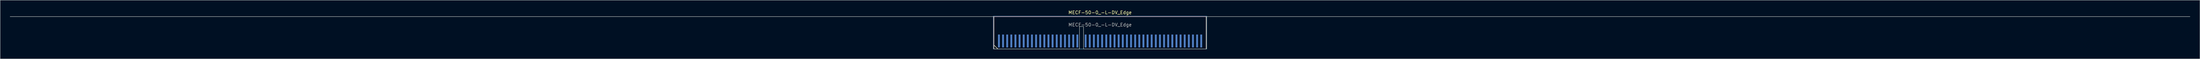
<source format=kicad_pcb>
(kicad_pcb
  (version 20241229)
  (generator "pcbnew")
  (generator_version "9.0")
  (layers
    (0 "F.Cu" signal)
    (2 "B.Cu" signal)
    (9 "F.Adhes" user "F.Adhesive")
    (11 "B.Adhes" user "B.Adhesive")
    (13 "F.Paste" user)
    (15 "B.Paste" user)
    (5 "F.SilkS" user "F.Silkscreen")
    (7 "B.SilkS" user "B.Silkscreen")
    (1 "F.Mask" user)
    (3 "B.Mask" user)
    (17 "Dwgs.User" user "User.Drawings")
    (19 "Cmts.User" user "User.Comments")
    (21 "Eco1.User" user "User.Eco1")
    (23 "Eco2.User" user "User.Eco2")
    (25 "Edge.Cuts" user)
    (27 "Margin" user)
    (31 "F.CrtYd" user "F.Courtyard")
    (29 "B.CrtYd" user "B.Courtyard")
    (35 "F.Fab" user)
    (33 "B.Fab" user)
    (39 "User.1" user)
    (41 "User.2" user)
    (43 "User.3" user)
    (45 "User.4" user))
  (footprint "MECF-50-0_-L-DV_Edge"
    (layer "F.Cu")
    (at 335.34 7.198)
    (property "Reference" "MECF-50-0_-L-DV_Edge" (at 0 -6.35 0) (layer "F.SilkS") (effects (font (size 1 1) (thickness 0.15))))
    (attr exclude_from_pos_files exclude_from_bom)
    (fp_line (start -32.73 -5.11) (end 32.73 -5.11) (stroke (width 0.12) (type solid)) (layer "F.SilkS"))
    (fp_line (start -32.73 3.73) (end -32.73 -5.11) (stroke (width 0.12) (type solid)) (layer "F.SilkS"))
    (fp_line (start -31.46 5) (end -32.73 3.73) (stroke (width 0.12) (type solid)) (layer "F.SilkS"))
    (fp_line (start -31.46 5) (end 32.73 5) (stroke (width 0.12) (type solid)) (layer "F.SilkS"))
    (fp_line (start 32.73 5) (end 32.73 -5.11) (stroke (width 0.12) (type solid)) (layer "F.SilkS"))
    (fp_line (start -32.73 -5.11) (end 32.73 -5.11) (stroke (width 0.12) (type solid)) (layer "B.SilkS"))
    (fp_line (start -32.73 5) (end -32.73 -5.11) (stroke (width 0.12) (type solid)) (layer "B.SilkS"))
    (fp_line (start -32.73 5) (end 32.73 5) (stroke (width 0.12) (type solid)) (layer "B.SilkS"))
    (fp_line (start 32.73 5) (end 32.73 -5.11) (stroke (width 0.12) (type solid)) (layer "B.SilkS"))
    (fp_line (start -335.28 -5.08) (end -32.625 -5.08) (stroke (width 0.12) (type solid)) (layer "Edge.Cuts"))
    (fp_line (start -32.625 5) (end -32.625 -5.08) (stroke (width 0.12) (type solid)) (layer "Edge.Cuts"))
    (fp_line (start -32.625 5) (end -6.325 5) (stroke (width 0.12) (type solid)) (layer "Edge.Cuts"))
    (fp_line (start -6.325 -2) (end -5.085 -2) (stroke (width 0.12) (type solid)) (layer "Edge.Cuts"))
    (fp_line (start -6.325 5) (end -6.325 -2) (stroke (width 0.12) (type solid)) (layer "Edge.Cuts"))
    (fp_line (start -5.085 5) (end -5.085 -2) (stroke (width 0.12) (type solid)) (layer "Edge.Cuts"))
    (fp_line (start -5.085 5) (end 32.625 5) (stroke (width 0.12) (type solid)) (layer "Edge.Cuts"))
    (fp_line (start 32.625 5) (end 32.625 -5.08) (stroke (width 0.12) (type solid)) (layer "Edge.Cuts"))
    (fp_line (start 335.28 -5.08) (end 32.625 -5.08) (stroke (width 0.12) (type solid)) (layer "Edge.Cuts"))
    (fp_line (start -32.88 -5.25) (end -32.88 5) (stroke (width 0.05) (type solid)) (layer "B.CrtYd"))
    (fp_line (start -32.88 5) (end 32.88 5) (stroke (width 0.05) (type solid)) (layer "B.CrtYd"))
    (fp_line (start 32.88 -5.25) (end -32.88 -5.25) (stroke (width 0.05) (type solid)) (layer "B.CrtYd"))
    (fp_line (start 32.88 5) (end 32.88 -5.25) (stroke (width 0.05) (type solid)) (layer "B.CrtYd"))
    (fp_line (start -32.88 -5.25) (end -32.88 5) (stroke (width 0.05) (type solid)) (layer "F.CrtYd"))
    (fp_line (start -32.88 5) (end 32.88 5) (stroke (width 0.05) (type solid)) (layer "F.CrtYd"))
    (fp_line (start 32.88 -5.25) (end -32.88 -5.25) (stroke (width 0.05) (type solid)) (layer "F.CrtYd"))
    (fp_line (start 32.88 5) (end 32.88 -5.25) (stroke (width 0.05) (type solid)) (layer "F.CrtYd"))
    (fp_line (start -32.625 -5) (end 32.625 -5) (stroke (width 0.1) (type solid)) (layer "B.Fab"))
    (fp_line (start -32.625 5) (end -32.625 -5) (stroke (width 0.1) (type solid)) (layer "B.Fab"))
    (fp_line (start -32.625 5) (end 32.625 5) (stroke (width 0.1) (type solid)) (layer "B.Fab"))
    (fp_line (start 32.625 5) (end 32.625 -5) (stroke (width 0.1) (type solid)) (layer "B.Fab"))
    (fp_line (start -32.625 -5) (end 32.625 -5) (stroke (width 0.1) (type solid)) (layer "F.Fab"))
    (fp_line (start -32.625 3.73) (end -32.625 -5) (stroke (width 0.1) (type solid)) (layer "F.Fab"))
    (fp_line (start -32.625 3.73) (end -31.355 5) (stroke (width 0.1) (type solid)) (layer "F.Fab"))
    (fp_line (start -31.355 5) (end 32.625 5) (stroke (width 0.1) (type solid)) (layer "F.Fab"))
    (fp_line (start 32.625 5) (end 32.625 -5) (stroke (width 0.1) (type solid)) (layer "F.Fab"))
    (fp_text user "${REFERENCE}" (at 0 -2.54 0) (layer "F.Fab") (effects (font (size 1 1) (thickness 0.15))))
    (pad "1" smd rect (at -31.105 2.5) (size 0.56 4) (layers "F.Cu" "F.Mask" "F.Paste"))
    (pad "2" smd rect (at -31.105 2.5) (size 0.56 4) (layers "B.Cu" "B.Mask" "B.Paste"))
    (pad "3" smd rect (at -29.835 2.5) (size 0.56 4) (layers "F.Cu" "F.Mask" "F.Paste"))
    (pad "4" smd rect (at -29.835 2.5) (size 0.56 4) (layers "B.Cu" "B.Mask" "B.Paste"))
    (pad "5" smd rect (at -28.565 2.5) (size 0.56 4) (layers "F.Cu" "F.Mask" "F.Paste"))
    (pad "6" smd rect (at -28.565 2.5) (size 0.56 4) (layers "B.Cu" "B.Mask" "B.Paste"))
    (pad "7" smd rect (at -27.295 2.5) (size 0.56 4) (layers "F.Cu" "F.Mask" "F.Paste"))
    (pad "8" smd rect (at -27.295 2.5) (size 0.56 4) (layers "B.Cu" "B.Mask" "B.Paste"))
    (pad "9" smd rect (at -26.025 2.5) (size 0.56 4) (layers "F.Cu" "F.Mask" "F.Paste"))
    (pad "10" smd rect (at -26.025 2.5) (size 0.56 4) (layers "B.Cu" "B.Mask" "B.Paste"))
    (pad "11" smd rect (at -24.755 2.5) (size 0.56 4) (layers "F.Cu" "F.Mask" "F.Paste"))
    (pad "12" smd rect (at -24.755 2.5) (size 0.56 4) (layers "B.Cu" "B.Mask" "B.Paste"))
    (pad "13" smd rect (at -23.485 2.5) (size 0.56 4) (layers "F.Cu" "F.Mask" "F.Paste"))
    (pad "14" smd rect (at -23.485 2.5) (size 0.56 4) (layers "B.Cu" "B.Mask" "B.Paste"))
    (pad "15" smd rect (at -22.215 2.5) (size 0.56 4) (layers "F.Cu" "F.Mask" "F.Paste"))
    (pad "16" smd rect (at -22.215 2.5) (size 0.56 4) (layers "B.Cu" "B.Mask" "B.Paste"))
    (pad "17" smd rect (at -20.945 2.5) (size 0.56 4) (layers "F.Cu" "F.Mask" "F.Paste"))
    (pad "18" smd rect (at -20.945 2.5) (size 0.56 4) (layers "B.Cu" "B.Mask" "B.Paste"))
    (pad "19" smd rect (at -19.675 2.5) (size 0.56 4) (layers "F.Cu" "F.Mask" "F.Paste"))
    (pad "20" smd rect (at -19.675 2.5) (size 0.56 4) (layers "B.Cu" "B.Mask" "B.Paste"))
    (pad "21" smd rect (at -18.405 2.5) (size 0.56 4) (layers "F.Cu" "F.Mask" "F.Paste"))
    (pad "22" smd rect (at -18.405 2.5) (size 0.56 4) (layers "B.Cu" "B.Mask" "B.Paste"))
    (pad "23" smd rect (at -17.135 2.5) (size 0.56 4) (layers "F.Cu" "F.Mask" "F.Paste"))
    (pad "24" smd rect (at -17.135 2.5) (size 0.56 4) (layers "B.Cu" "B.Mask" "B.Paste"))
    (pad "25" smd rect (at -15.865 2.5) (size 0.56 4) (layers "F.Cu" "F.Mask" "F.Paste"))
    (pad "26" smd rect (at -15.865 2.5) (size 0.56 4) (layers "B.Cu" "B.Mask" "B.Paste"))
    (pad "27" smd rect (at -14.595 2.5) (size 0.56 4) (layers "F.Cu" "F.Mask" "F.Paste"))
    (pad "28" smd rect (at -14.595 2.5) (size 0.56 4) (layers "B.Cu" "B.Mask" "B.Paste"))
    (pad "29" smd rect (at -13.325 2.5) (size 0.56 4) (layers "F.Cu" "F.Mask" "F.Paste"))
    (pad "30" smd rect (at -13.325 2.5) (size 0.56 4) (layers "B.Cu" "B.Mask" "B.Paste"))
    (pad "31" smd rect (at -12.055 2.5) (size 0.56 4) (layers "F.Cu" "F.Mask" "F.Paste"))
    (pad "32" smd rect (at -12.055 2.5) (size 0.56 4) (layers "B.Cu" "B.Mask" "B.Paste"))
    (pad "33" smd rect (at -10.785 2.5) (size 0.56 4) (layers "F.Cu" "F.Mask" "F.Paste"))
    (pad "34" smd rect (at -10.785 2.5) (size 0.56 4) (layers "B.Cu" "B.Mask" "B.Paste"))
    (pad "35" smd rect (at -9.515 2.5) (size 0.56 4) (layers "F.Cu" "F.Mask" "F.Paste"))
    (pad "36" smd rect (at -9.515 2.5) (size 0.56 4) (layers "B.Cu" "B.Mask" "B.Paste"))
    (pad "37" smd rect (at -8.245 2.5) (size 0.56 4) (layers "F.Cu" "F.Mask" "F.Paste"))
    (pad "38" smd rect (at -8.245 2.5) (size 0.56 4) (layers "B.Cu" "B.Mask" "B.Paste"))
    (pad "39" smd rect (at -6.975 2.5) (size 0.56 4) (layers "F.Cu" "F.Mask" "F.Paste"))
    (pad "40" smd rect (at -6.975 2.5) (size 0.56 4) (layers "B.Cu" "B.Mask" "B.Paste"))
    (pad "43" smd rect (at -4.435 2.5) (size 0.56 4) (layers "F.Cu" "F.Mask" "F.Paste"))
    (pad "44" smd rect (at -4.435 2.5) (size 0.56 4) (layers "B.Cu" "B.Mask" "B.Paste"))
    (pad "45" smd rect (at -3.165 2.5) (size 0.56 4) (layers "F.Cu" "F.Mask" "F.Paste"))
    (pad "46" smd rect (at -3.165 2.5) (size 0.56 4) (layers "B.Cu" "B.Mask" "B.Paste"))
    (pad "47" smd rect (at -1.895 2.5) (size 0.56 4) (layers "F.Cu" "F.Mask" "F.Paste"))
    (pad "48" smd rect (at -1.895 2.5) (size 0.56 4) (layers "B.Cu" "B.Mask" "B.Paste"))
    (pad "49" smd rect (at -0.625 2.5) (size 0.56 4) (layers "F.Cu" "F.Mask" "F.Paste"))
    (pad "50" smd rect (at -0.625 2.5) (size 0.56 4) (layers "B.Cu" "B.Mask" "B.Paste"))
    (pad "51" smd rect (at 0.645 2.5) (size 0.56 4) (layers "F.Cu" "F.Mask" "F.Paste"))
    (pad "52" smd rect (at 0.645 2.5) (size 0.56 4) (layers "B.Cu" "B.Mask" "B.Paste"))
    (pad "53" smd rect (at 1.915 2.5) (size 0.56 4) (layers "F.Cu" "F.Mask" "F.Paste"))
    (pad "54" smd rect (at 1.915 2.5) (size 0.56 4) (layers "B.Cu" "B.Mask" "B.Paste"))
    (pad "55" smd rect (at 3.185 2.5) (size 0.56 4) (layers "F.Cu" "F.Mask" "F.Paste"))
    (pad "56" smd rect (at 3.185 2.5) (size 0.56 4) (layers "B.Cu" "B.Mask" "B.Paste"))
    (pad "57" smd rect (at 4.455 2.5) (size 0.56 4) (layers "F.Cu" "F.Mask" "F.Paste"))
    (pad "58" smd rect (at 4.455 2.5) (size 0.56 4) (layers "B.Cu" "B.Mask" "B.Paste"))
    (pad "59" smd rect (at 5.725 2.5) (size 0.56 4) (layers "F.Cu" "F.Mask" "F.Paste"))
    (pad "60" smd rect (at 5.725 2.5) (size 0.56 4) (layers "B.Cu" "B.Mask" "B.Paste"))
    (pad "61" smd rect (at 6.995 2.5) (size 0.56 4) (layers "F.Cu" "F.Mask" "F.Paste"))
    (pad "62" smd rect (at 6.995 2.5) (size 0.56 4) (layers "B.Cu" "B.Mask" "B.Paste"))
    (pad "63" smd rect (at 8.265 2.5) (size 0.56 4) (layers "F.Cu" "F.Mask" "F.Paste"))
    (pad "64" smd rect (at 8.265 2.5) (size 0.56 4) (layers "B.Cu" "B.Mask" "B.Paste"))
    (pad "65" smd rect (at 9.535 2.5) (size 0.56 4) (layers "F.Cu" "F.Mask" "F.Paste"))
    (pad "66" smd rect (at 9.535 2.5) (size 0.56 4) (layers "B.Cu" "B.Mask" "B.Paste"))
    (pad "67" smd rect (at 10.805 2.5) (size 0.56 4) (layers "F.Cu" "F.Mask" "F.Paste"))
    (pad "68" smd rect (at 10.805 2.5) (size 0.56 4) (layers "B.Cu" "B.Mask" "B.Paste"))
    (pad "69" smd rect (at 12.075 2.5) (size 0.56 4) (layers "F.Cu" "F.Mask" "F.Paste"))
    (pad "70" smd rect (at 12.075 2.5) (size 0.56 4) (layers "B.Cu" "B.Mask" "B.Paste"))
    (pad "71" smd rect (at 13.345 2.5) (size 0.56 4) (layers "F.Cu" "F.Mask" "F.Paste"))
    (pad "72" smd rect (at 13.345 2.5) (size 0.56 4) (layers "B.Cu" "B.Mask" "B.Paste"))
    (pad "73" smd rect (at 14.615 2.5) (size 0.56 4) (layers "F.Cu" "F.Mask" "F.Paste"))
    (pad "74" smd rect (at 14.615 2.5) (size 0.56 4) (layers "B.Cu" "B.Mask" "B.Paste"))
    (pad "75" smd rect (at 15.885 2.5) (size 0.56 4) (layers "F.Cu" "F.Mask" "F.Paste"))
    (pad "76" smd rect (at 15.885 2.5) (size 0.56 4) (layers "B.Cu" "B.Mask" "B.Paste"))
    (pad "77" smd rect (at 17.155 2.5) (size 0.56 4) (layers "F.Cu" "F.Mask" "F.Paste"))
    (pad "78" smd rect (at 17.155 2.5) (size 0.56 4) (layers "B.Cu" "B.Mask" "B.Paste"))
    (pad "79" smd rect (at 18.425 2.5) (size 0.56 4) (layers "F.Cu" "F.Mask" "F.Paste"))
    (pad "80" smd rect (at 18.425 2.5) (size 0.56 4) (layers "B.Cu" "B.Mask" "B.Paste"))
    (pad "81" smd rect (at 19.695 2.5) (size 0.56 4) (layers "F.Cu" "F.Mask" "F.Paste"))
    (pad "82" smd rect (at 19.695 2.5) (size 0.56 4) (layers "B.Cu" "B.Mask" "B.Paste"))
    (pad "83" smd rect (at 20.965 2.5) (size 0.56 4) (layers "F.Cu" "F.Mask" "F.Paste"))
    (pad "84" smd rect (at 20.965 2.5) (size 0.56 4) (layers "B.Cu" "B.Mask" "B.Paste"))
    (pad "85" smd rect (at 22.235 2.5) (size 0.56 4) (layers "F.Cu" "F.Mask" "F.Paste"))
    (pad "86" smd rect (at 22.235 2.5) (size 0.56 4) (layers "B.Cu" "B.Mask" "B.Paste"))
    (pad "87" smd rect (at 23.505 2.5) (size 0.56 4) (layers "F.Cu" "F.Mask" "F.Paste"))
    (pad "88" smd rect (at 23.505 2.5) (size 0.56 4) (layers "B.Cu" "B.Mask" "B.Paste"))
    (pad "89" smd rect (at 24.775 2.5) (size 0.56 4) (layers "F.Cu" "F.Mask" "F.Paste"))
    (pad "90" smd rect (at 24.775 2.5) (size 0.56 4) (layers "B.Cu" "B.Mask" "B.Paste"))
    (pad "91" smd rect (at 26.045 2.5) (size 0.56 4) (layers "F.Cu" "F.Mask" "F.Paste"))
    (pad "92" smd rect (at 26.045 2.5) (size 0.56 4) (layers "B.Cu" "B.Mask" "B.Paste"))
    (pad "93" smd rect (at 27.315 2.5) (size 0.56 4) (layers "F.Cu" "F.Mask" "F.Paste"))
    (pad "94" smd rect (at 27.315 2.5) (size 0.56 4) (layers "B.Cu" "B.Mask" "B.Paste"))
    (pad "95" smd rect (at 28.585 2.5) (size 0.56 4) (layers "F.Cu" "F.Mask" "F.Paste"))
    (pad "96" smd rect (at 28.585 2.5) (size 0.56 4) (layers "B.Cu" "B.Mask" "B.Paste"))
    (pad "97" smd rect (at 29.855 2.5) (size 0.56 4) (layers "F.Cu" "F.Mask" "F.Paste"))
    (pad "98" smd rect (at 29.855 2.5) (size 0.56 4) (layers "B.Cu" "B.Mask" "B.Paste"))
    (pad "99" smd rect (at 31.125 2.5) (size 0.56 4) (layers "F.Cu" "F.Mask" "F.Paste"))
    (pad "100" smd rect (at 31.125 2.5) (size 0.56 4) (layers "B.Cu" "B.Mask" "B.Paste")))
  (gr_rect
    (start -3 -3)
    (end 673.68 15.258)
    (stroke (width 0.1) (type default))
    (fill no)
    (layer "Edge.Cuts")))
</source>
